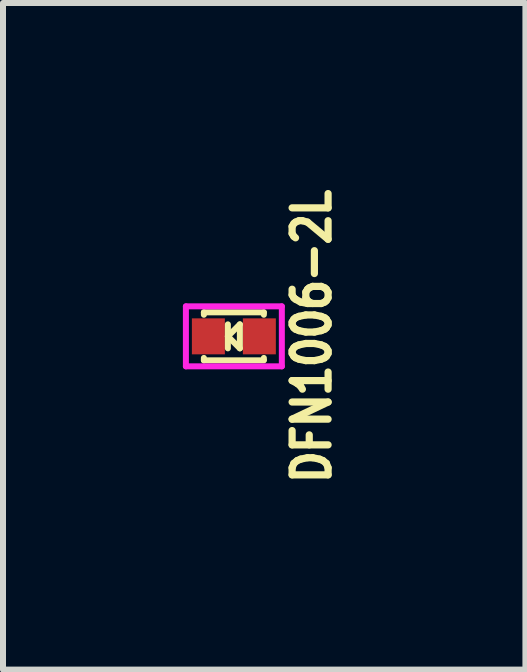
<source format=kicad_pcb>
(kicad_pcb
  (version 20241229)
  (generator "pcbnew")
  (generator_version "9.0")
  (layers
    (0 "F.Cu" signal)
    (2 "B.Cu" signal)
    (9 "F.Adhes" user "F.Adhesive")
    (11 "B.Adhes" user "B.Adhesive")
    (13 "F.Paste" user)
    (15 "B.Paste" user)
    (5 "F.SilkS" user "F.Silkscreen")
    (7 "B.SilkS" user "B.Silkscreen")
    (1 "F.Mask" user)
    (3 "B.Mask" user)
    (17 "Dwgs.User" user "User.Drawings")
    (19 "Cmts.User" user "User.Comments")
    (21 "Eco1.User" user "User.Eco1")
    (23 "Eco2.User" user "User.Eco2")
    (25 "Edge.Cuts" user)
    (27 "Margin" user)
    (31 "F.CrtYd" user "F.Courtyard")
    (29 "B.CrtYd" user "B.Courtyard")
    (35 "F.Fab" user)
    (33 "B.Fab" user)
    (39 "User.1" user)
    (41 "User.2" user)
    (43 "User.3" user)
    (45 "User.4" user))
  (footprint "DFN1006-2L"
    (layer "F.Cu")
    (at 0.85 2.559)
    (property "Reference" "DFN1006-2L" (at 1.3 0 90) (layer "F.SilkS") (effects (font (size 0.6 0.5) (thickness 0.12))))
    (attr smd)
    (fp_line (start -0.5 -0.4) (end -0.5 -0.36) (stroke (width 0.1) (type solid)) (layer "F.SilkS"))
    (fp_line (start -0.5 -0.4) (end 0.5 -0.4) (stroke (width 0.1) (type solid)) (layer "F.SilkS"))
    (fp_line (start -0.5 0.4) (end -0.5 0.36) (stroke (width 0.1) (type solid)) (layer "F.SilkS"))
    (fp_line (start -0.1 -0.2) (end -0.1 0.2) (stroke (width 0.1) (type solid)) (layer "F.SilkS"))
    (fp_line (start -0.1 0) (end 0.1 0.2) (stroke (width 0.1) (type solid)) (layer "F.SilkS"))
    (fp_line (start 0.1 -0.2) (end -0.1 0) (stroke (width 0.1) (type solid)) (layer "F.SilkS"))
    (fp_line (start 0.1 -0.2) (end 0.1 0.2) (stroke (width 0.1) (type solid)) (layer "F.SilkS"))
    (fp_line (start 0.5 -0.4) (end 0.5 -0.36) (stroke (width 0.1) (type solid)) (layer "F.SilkS"))
    (fp_line (start 0.5 0.39) (end 0.5 0.36) (stroke (width 0.1) (type solid)) (layer "F.SilkS"))
    (fp_line (start 0.5 0.4) (end -0.5 0.4) (stroke (width 0.1) (type solid)) (layer "F.SilkS"))
    (fp_line (start -0.8 -0.5) (end 0.8 -0.5) (stroke (width 0.1) (type solid)) (layer "F.CrtYd"))
    (fp_line (start -0.8 0.5) (end -0.8 -0.5) (stroke (width 0.1) (type solid)) (layer "F.CrtYd"))
    (fp_line (start 0.8 -0.5) (end 0.8 0.5) (stroke (width 0.1) (type solid)) (layer "F.CrtYd"))
    (fp_line (start 0.8 0.5) (end -0.8 0.5) (stroke (width 0.1) (type solid)) (layer "F.CrtYd"))
    (pad "1" smd rect (at -0.425 0) (size 0.55 0.6) (layers "F.Cu" "F.Mask" "F.Paste"))
    (pad "2" smd rect (at 0.425 0) (size 0.55 0.6) (layers "F.Cu" "F.Mask" "F.Paste")))
  (gr_rect
    (start -3 -3)
    (end 5.712 8.117)
    (stroke (width 0.1) (type default))
    (fill no)
    (layer "Edge.Cuts")))
</source>
